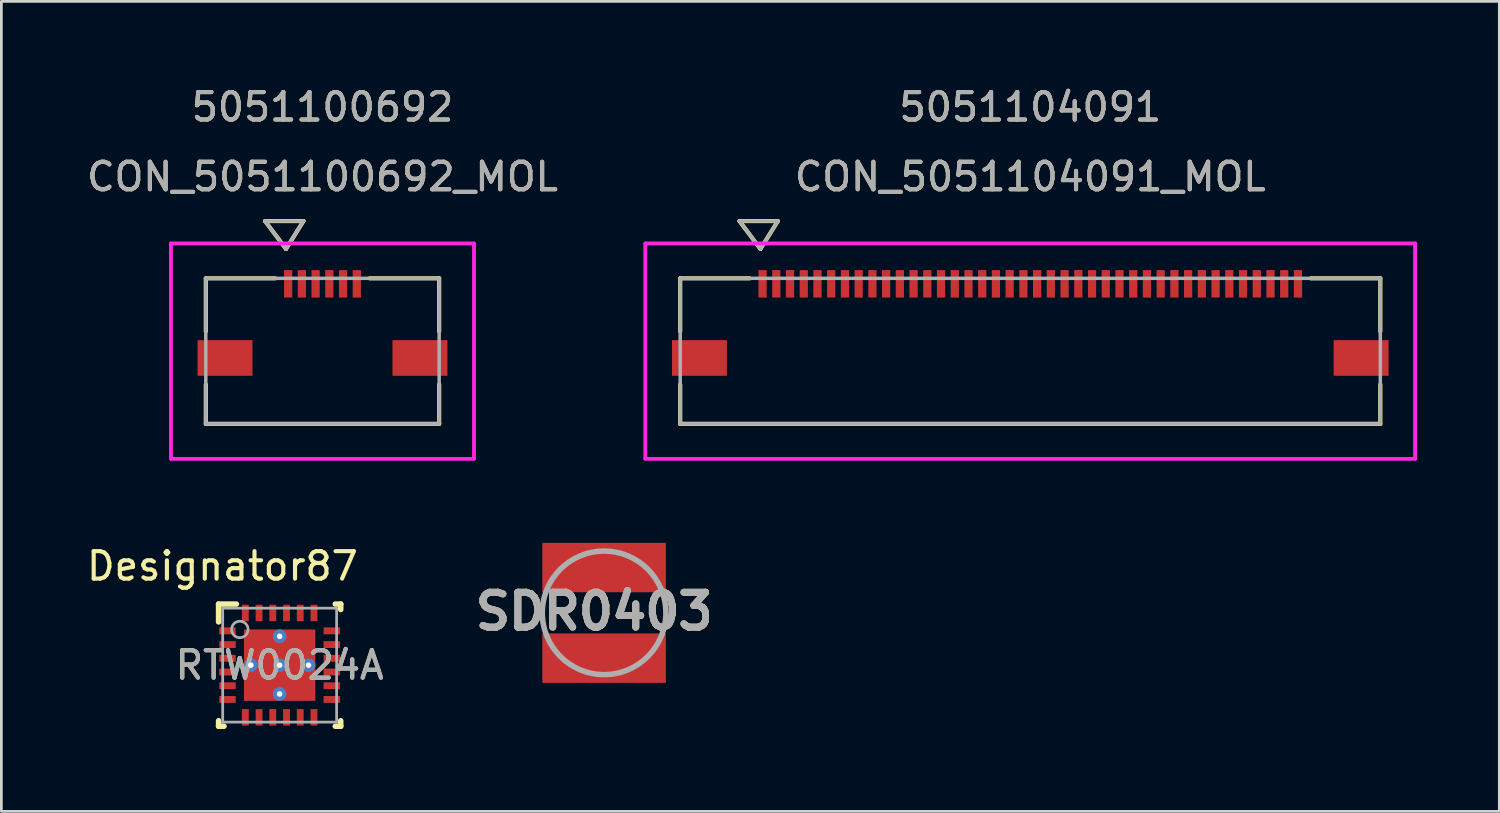
<source format=kicad_pcb>
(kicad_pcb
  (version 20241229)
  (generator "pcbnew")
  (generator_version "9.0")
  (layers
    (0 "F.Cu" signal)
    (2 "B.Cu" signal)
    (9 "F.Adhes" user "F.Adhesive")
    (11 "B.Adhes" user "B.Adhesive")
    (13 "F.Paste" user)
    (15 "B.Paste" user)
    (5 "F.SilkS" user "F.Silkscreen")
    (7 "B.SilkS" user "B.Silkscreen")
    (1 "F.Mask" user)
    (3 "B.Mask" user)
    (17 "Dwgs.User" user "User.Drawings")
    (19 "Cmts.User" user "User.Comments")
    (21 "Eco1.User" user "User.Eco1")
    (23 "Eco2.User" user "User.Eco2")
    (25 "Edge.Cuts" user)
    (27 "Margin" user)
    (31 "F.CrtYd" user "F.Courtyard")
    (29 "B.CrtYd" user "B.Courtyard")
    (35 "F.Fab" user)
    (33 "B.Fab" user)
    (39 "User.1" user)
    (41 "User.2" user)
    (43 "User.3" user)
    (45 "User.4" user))
  (footprint "CON_5051100692_MOL"
    (layer "F.Cu")
    (at 8.696 9.738)
    (property "Reference" "CON_5051100692_MOL" (at 0 -6.35 0) (unlocked yes) (layer "F.SilkS") (effects (font (size 1 1) (thickness 0.15))))
    (attr smd)
    (fp_line (start -4.25 -2.65) (end -4.25 -0.72) (stroke (width 0.152) (type solid)) (layer "F.SilkS"))
    (fp_line (start -4.25 1.22) (end -4.25 2.65) (stroke (width 0.152) (type solid)) (layer "F.SilkS"))
    (fp_line (start -4.25 2.65) (end 4.25 2.65) (stroke (width 0.152) (type solid)) (layer "F.SilkS"))
    (fp_line (start -2.091 -4.736) (end -1.329 -3.72) (stroke (width 0.152) (type solid)) (layer "F.SilkS"))
    (fp_line (start -2.091 -4.736) (end -0.694 -4.736) (stroke (width 0.152) (type solid)) (layer "F.SilkS"))
    (fp_line (start -1.72 -2.65) (end -4.25 -2.65) (stroke (width 0.152) (type solid)) (layer "F.SilkS"))
    (fp_line (start -0.694 -4.736) (end -1.329 -3.72) (stroke (width 0.152) (type solid)) (layer "F.SilkS"))
    (fp_line (start 4.25 -2.65) (end 1.72 -2.65) (stroke (width 0.152) (type solid)) (layer "F.SilkS"))
    (fp_line (start 4.25 -0.72) (end 4.25 -2.65) (stroke (width 0.152) (type solid)) (layer "F.SilkS"))
    (fp_line (start 4.25 2.65) (end 4.25 1.22) (stroke (width 0.152) (type solid)) (layer "F.SilkS"))
    (fp_line (start -5.52 -3.92) (end -5.52 3.92) (stroke (width 0.127) (type solid)) (layer "F.CrtYd"))
    (fp_line (start -5.52 -3.92) (end -5.52 3.92) (stroke (width 0.127) (type solid)) (layer "F.CrtYd"))
    (fp_line (start -5.52 3.92) (end 5.52 3.92) (stroke (width 0.127) (type solid)) (layer "F.CrtYd"))
    (fp_line (start -5.52 3.92) (end 5.52 3.92) (stroke (width 0.127) (type solid)) (layer "F.CrtYd"))
    (fp_line (start 5.52 -3.92) (end -5.52 -3.92) (stroke (width 0.127) (type solid)) (layer "F.CrtYd"))
    (fp_line (start 5.52 -3.92) (end -5.52 -3.92) (stroke (width 0.127) (type solid)) (layer "F.CrtYd"))
    (fp_line (start 5.52 3.92) (end 5.52 -3.92) (stroke (width 0.127) (type solid)) (layer "F.CrtYd"))
    (fp_line (start 5.52 3.92) (end 5.52 -3.92) (stroke (width 0.127) (type solid)) (layer "F.CrtYd"))
    (fp_line (start -4.25 -2.65) (end -4.25 2.65) (stroke (width 0.127) (type solid)) (layer "F.Fab"))
    (fp_line (start -4.25 2.65) (end 4.25 2.65) (stroke (width 0.127) (type solid)) (layer "F.Fab"))
    (fp_line (start -2.091 -4.736) (end -1.329 -3.72) (stroke (width 0.127) (type solid)) (layer "F.Fab"))
    (fp_line (start -2.091 -4.736) (end -0.694 -4.736) (stroke (width 0.127) (type solid)) (layer "F.Fab"))
    (fp_line (start -0.694 -4.736) (end -1.329 -3.72) (stroke (width 0.127) (type solid)) (layer "F.Fab"))
    (fp_line (start 4.25 -2.65) (end -4.25 -2.65) (stroke (width 0.127) (type solid)) (layer "F.Fab"))
    (fp_line (start 4.25 2.65) (end 4.25 -2.65) (stroke (width 0.127) (type solid)) (layer "F.Fab"))
    (fp_text user "5051100692" (at 0 -8.89 0) (unlocked yes) (layer "F.SilkS") (effects (font (size 1 1) (thickness 0.15))))
    (fp_text user "5051100692" (at 0 -8.89 0) (unlocked yes) (layer "F.Fab") (effects (font (size 1 1) (thickness 0.15))))
    (fp_text user "${REFERENCE}" (at 0 -6.35 0) (unlocked yes) (layer "F.Fab") (effects (font (size 1 1) (thickness 0.15))))
    (pad "1" smd rect (at -1.25 -2.45) (size 0.3 1) (layers "F.Cu" "F.Mask" "F.Paste"))
    (pad "2" smd rect (at -0.75 -2.45) (size 0.3 1) (layers "F.Cu" "F.Mask" "F.Paste"))
    (pad "3" smd rect (at -0.25 -2.45) (size 0.3 1) (layers "F.Cu" "F.Mask" "F.Paste"))
    (pad "4" smd rect (at 0.25 -2.45) (size 0.3 1) (layers "F.Cu" "F.Mask" "F.Paste"))
    (pad "5" smd rect (at 0.75 -2.45) (size 0.3 1) (layers "F.Cu" "F.Mask" "F.Paste"))
    (pad "6" smd rect (at 1.25 -2.45) (size 0.3 1) (layers "F.Cu" "F.Mask" "F.Paste"))
    (pad "P1" smd rect (at -3.55 0.25) (size 2 1.3) (layers "F.Cu" "F.Mask" "F.Paste"))
    (pad "P2" smd rect (at 3.55 0.25) (size 2 1.3) (layers "F.Cu" "F.Mask" "F.Paste")))
  (footprint "CON_5051104091_MOL"
    (layer "F.Cu")
    (at 34.476 9.738)
    (property "Reference" "CON_5051104091_MOL" (at 0 -6.35 0) (unlocked yes) (layer "F.SilkS") (effects (font (size 1 1) (thickness 0.15))))
    (attr smd)
    (fp_line (start -12.75 -2.65) (end -12.75 -0.72) (stroke (width 0.152) (type solid)) (layer "F.SilkS"))
    (fp_line (start -12.75 1.22) (end -12.75 2.65) (stroke (width 0.152) (type solid)) (layer "F.SilkS"))
    (fp_line (start -12.75 2.65) (end 12.75 2.65) (stroke (width 0.152) (type solid)) (layer "F.SilkS"))
    (fp_line (start -10.591 -4.736) (end -9.829 -3.72) (stroke (width 0.152) (type solid)) (layer "F.SilkS"))
    (fp_line (start -10.591 -4.736) (end -9.194 -4.736) (stroke (width 0.152) (type solid)) (layer "F.SilkS"))
    (fp_line (start -10.22 -2.65) (end -12.75 -2.65) (stroke (width 0.152) (type solid)) (layer "F.SilkS"))
    (fp_line (start -9.194 -4.736) (end -9.829 -3.72) (stroke (width 0.152) (type solid)) (layer "F.SilkS"))
    (fp_line (start 12.75 -2.65) (end 10.22 -2.65) (stroke (width 0.152) (type solid)) (layer "F.SilkS"))
    (fp_line (start 12.75 -0.72) (end 12.75 -2.65) (stroke (width 0.152) (type solid)) (layer "F.SilkS"))
    (fp_line (start 12.75 2.65) (end 12.75 1.22) (stroke (width 0.152) (type solid)) (layer "F.SilkS"))
    (fp_line (start -14.02 -3.92) (end -14.02 3.92) (stroke (width 0.127) (type solid)) (layer "F.CrtYd"))
    (fp_line (start -14.02 -3.92) (end -14.02 3.92) (stroke (width 0.127) (type solid)) (layer "F.CrtYd"))
    (fp_line (start -14.02 3.92) (end 14.02 3.92) (stroke (width 0.127) (type solid)) (layer "F.CrtYd"))
    (fp_line (start -14.02 3.92) (end 14.02 3.92) (stroke (width 0.127) (type solid)) (layer "F.CrtYd"))
    (fp_line (start 14.02 -3.92) (end -14.02 -3.92) (stroke (width 0.127) (type solid)) (layer "F.CrtYd"))
    (fp_line (start 14.02 -3.92) (end -14.02 -3.92) (stroke (width 0.127) (type solid)) (layer "F.CrtYd"))
    (fp_line (start 14.02 3.92) (end 14.02 -3.92) (stroke (width 0.127) (type solid)) (layer "F.CrtYd"))
    (fp_line (start 14.02 3.92) (end 14.02 -3.92) (stroke (width 0.127) (type solid)) (layer "F.CrtYd"))
    (fp_line (start -12.75 -2.65) (end -12.75 2.65) (stroke (width 0.127) (type solid)) (layer "F.Fab"))
    (fp_line (start -12.75 2.65) (end 12.75 2.65) (stroke (width 0.127) (type solid)) (layer "F.Fab"))
    (fp_line (start -10.591 -4.736) (end -9.829 -3.72) (stroke (width 0.127) (type solid)) (layer "F.Fab"))
    (fp_line (start -10.591 -4.736) (end -9.194 -4.736) (stroke (width 0.127) (type solid)) (layer "F.Fab"))
    (fp_line (start -9.194 -4.736) (end -9.829 -3.72) (stroke (width 0.127) (type solid)) (layer "F.Fab"))
    (fp_line (start 12.75 -2.65) (end -12.75 -2.65) (stroke (width 0.127) (type solid)) (layer "F.Fab"))
    (fp_line (start 12.75 2.65) (end 12.75 -2.65) (stroke (width 0.127) (type solid)) (layer "F.Fab"))
    (fp_text user "5051104091" (at 0 -8.89 0) (unlocked yes) (layer "F.SilkS") (effects (font (size 1 1) (thickness 0.15))))
    (fp_text user "${REFERENCE}" (at 0 -6.35 0) (unlocked yes) (layer "F.Fab") (effects (font (size 1 1) (thickness 0.15))))
    (fp_text user "5051104091" (at 0 -8.89 0) (unlocked yes) (layer "F.Fab") (effects (font (size 1 1) (thickness 0.15))))
    (pad "1" smd rect (at -9.75 -2.45) (size 0.3 1) (layers "F.Cu" "F.Mask" "F.Paste"))
    (pad "2" smd rect (at -9.25 -2.45) (size 0.3 1) (layers "F.Cu" "F.Mask" "F.Paste"))
    (pad "3" smd rect (at -8.75 -2.45) (size 0.3 1) (layers "F.Cu" "F.Mask" "F.Paste"))
    (pad "4" smd rect (at -8.25 -2.45) (size 0.3 1) (layers "F.Cu" "F.Mask" "F.Paste"))
    (pad "5" smd rect (at -7.75 -2.45) (size 0.3 1) (layers "F.Cu" "F.Mask" "F.Paste"))
    (pad "6" smd rect (at -7.25 -2.45) (size 0.3 1) (layers "F.Cu" "F.Mask" "F.Paste"))
    (pad "7" smd rect (at -6.75 -2.45) (size 0.3 1) (layers "F.Cu" "F.Mask" "F.Paste"))
    (pad "8" smd rect (at -6.25 -2.45) (size 0.3 1) (layers "F.Cu" "F.Mask" "F.Paste"))
    (pad "9" smd rect (at -5.75 -2.45) (size 0.3 1) (layers "F.Cu" "F.Mask" "F.Paste"))
    (pad "10" smd rect (at -5.25 -2.45) (size 0.3 1) (layers "F.Cu" "F.Mask" "F.Paste"))
    (pad "11" smd rect (at -4.75 -2.45) (size 0.3 1) (layers "F.Cu" "F.Mask" "F.Paste"))
    (pad "12" smd rect (at -4.25 -2.45) (size 0.3 1) (layers "F.Cu" "F.Mask" "F.Paste"))
    (pad "13" smd rect (at -3.75 -2.45) (size 0.3 1) (layers "F.Cu" "F.Mask" "F.Paste"))
    (pad "14" smd rect (at -3.25 -2.45) (size 0.3 1) (layers "F.Cu" "F.Mask" "F.Paste"))
    (pad "15" smd rect (at -2.75 -2.45) (size 0.3 1) (layers "F.Cu" "F.Mask" "F.Paste"))
    (pad "16" smd rect (at -2.25 -2.45) (size 0.3 1) (layers "F.Cu" "F.Mask" "F.Paste"))
    (pad "17" smd rect (at -1.75 -2.45) (size 0.3 1) (layers "F.Cu" "F.Mask" "F.Paste"))
    (pad "18" smd rect (at -1.25 -2.45) (size 0.3 1) (layers "F.Cu" "F.Mask" "F.Paste"))
    (pad "19" smd rect (at -0.75 -2.45) (size 0.3 1) (layers "F.Cu" "F.Mask" "F.Paste"))
    (pad "20" smd rect (at -0.25 -2.45) (size 0.3 1) (layers "F.Cu" "F.Mask" "F.Paste"))
    (pad "21" smd rect (at 0.25 -2.45) (size 0.3 1) (layers "F.Cu" "F.Mask" "F.Paste"))
    (pad "22" smd rect (at 0.75 -2.45) (size 0.3 1) (layers "F.Cu" "F.Mask" "F.Paste"))
    (pad "23" smd rect (at 1.25 -2.45) (size 0.3 1) (layers "F.Cu" "F.Mask" "F.Paste"))
    (pad "24" smd rect (at 1.75 -2.45) (size 0.3 1) (layers "F.Cu" "F.Mask" "F.Paste"))
    (pad "25" smd rect (at 2.25 -2.45) (size 0.3 1) (layers "F.Cu" "F.Mask" "F.Paste"))
    (pad "26" smd rect (at 2.75 -2.45) (size 0.3 1) (layers "F.Cu" "F.Mask" "F.Paste"))
    (pad "27" smd rect (at 3.25 -2.45) (size 0.3 1) (layers "F.Cu" "F.Mask" "F.Paste"))
    (pad "28" smd rect (at 3.75 -2.45) (size 0.3 1) (layers "F.Cu" "F.Mask" "F.Paste"))
    (pad "29" smd rect (at 4.25 -2.45) (size 0.3 1) (layers "F.Cu" "F.Mask" "F.Paste"))
    (pad "30" smd rect (at 4.75 -2.45) (size 0.3 1) (layers "F.Cu" "F.Mask" "F.Paste"))
    (pad "31" smd rect (at 5.25 -2.45) (size 0.3 1) (layers "F.Cu" "F.Mask" "F.Paste"))
    (pad "32" smd rect (at 5.75 -2.45) (size 0.3 1) (layers "F.Cu" "F.Mask" "F.Paste"))
    (pad "33" smd rect (at 6.25 -2.45) (size 0.3 1) (layers "F.Cu" "F.Mask" "F.Paste"))
    (pad "34" smd rect (at 6.75 -2.45) (size 0.3 1) (layers "F.Cu" "F.Mask" "F.Paste"))
    (pad "35" smd rect (at 7.25 -2.45) (size 0.3 1) (layers "F.Cu" "F.Mask" "F.Paste"))
    (pad "36" smd rect (at 7.75 -2.45) (size 0.3 1) (layers "F.Cu" "F.Mask" "F.Paste"))
    (pad "37" smd rect (at 8.25 -2.45) (size 0.3 1) (layers "F.Cu" "F.Mask" "F.Paste"))
    (pad "38" smd rect (at 8.75 -2.45) (size 0.3 1) (layers "F.Cu" "F.Mask" "F.Paste"))
    (pad "39" smd rect (at 9.25 -2.45) (size 0.3 1) (layers "F.Cu" "F.Mask" "F.Paste"))
    (pad "40" smd rect (at 9.75 -2.45) (size 0.3 1) (layers "F.Cu" "F.Mask" "F.Paste"))
    (pad "P1" smd rect (at -12.05 0.25) (size 2 1.3) (layers "F.Cu" "F.Mask" "F.Paste"))
    (pad "P2" smd rect (at 12.05 0.25) (size 2 1.3) (layers "F.Cu" "F.Mask" "F.Paste")))
  (footprint "SDR0403"
    (layer "F.Cu")
    (at 18.953 19.272)
    (property "Reference" "SDR0403" (at -0.358 -0.054 0) (layer "F.SilkS") (effects (font (size 1.27 1.27) (thickness 0.254))))
    (attr smd)
    (fp_circle (center 0 0) (end 0 2.25) (stroke (width 0.2) (type solid)) (fill no) (layer "F.Fab"))
    (fp_text user "${REFERENCE}" (at -0.358 -0.054 0) (layer "F.Fab") (effects (font (size 1.27 1.27) (thickness 0.254))))
    (pad "1" smd rect (at 0 -1.65 90) (size 1.8 4.5) (layers "F.Cu" "F.Mask" "F.Paste"))
    (pad "2" smd rect (at 0 1.65 90) (size 1.8 4.5) (layers "F.Cu" "F.Mask" "F.Paste")))
  (footprint "RTW0024A"
    (layer "F.Cu")
    (at 7.136 21.177)
    (property "Reference" "RTW0024A" (at 0 0 0) (unlocked yes) (layer "F.SilkS") (effects (font (size 1 1) (thickness 0.15))))
    (attr smd)
    (fp_line (start -2.225 -2.225) (end -1.575 -2.225) (stroke (width 0.2) (type solid)) (layer "F.SilkS"))
    (fp_line (start -2.225 -1.575) (end -2.225 -2.225) (stroke (width 0.2) (type solid)) (layer "F.SilkS"))
    (fp_line (start -2.225 2.225) (end -2.225 2.025) (stroke (width 0.2) (type solid)) (layer "F.SilkS"))
    (fp_line (start -2.225 2.225) (end -2.025 2.225) (stroke (width 0.2) (type solid)) (layer "F.SilkS"))
    (fp_line (start 2.025 -2.225) (end 2.225 -2.225) (stroke (width 0.2) (type solid)) (layer "F.SilkS"))
    (fp_line (start 2.025 2.225) (end 2.225 2.225) (stroke (width 0.2) (type solid)) (layer "F.SilkS"))
    (fp_line (start 2.225 -2.025) (end 2.225 -2.225) (stroke (width 0.2) (type solid)) (layer "F.SilkS"))
    (fp_line (start 2.225 2.225) (end 2.225 2.025) (stroke (width 0.2) (type solid)) (layer "F.SilkS"))
    (fp_poly (pts (xy -0.1 -1.248) (xy -1.248 -1.248) (xy -1.248 -0.1) (xy -0.1 -0.1)) (stroke (width 0) (type solid)) (fill yes) (layer "F.Paste"))
    (fp_poly (pts (xy -0.1 0.1) (xy -1.248 0.1) (xy -1.248 1.248) (xy -0.1 1.248)) (stroke (width 0) (type solid)) (fill yes) (layer "F.Paste"))
    (fp_poly (pts (xy 0.1 -0.1) (xy 1.248 -0.1) (xy 1.248 -1.248) (xy 0.1 -1.248)) (stroke (width 0) (type solid)) (fill yes) (layer "F.Paste"))
    (fp_poly (pts (xy 0.1 1.248) (xy 1.248 1.248) (xy 1.248 0.1) (xy 0.1 0.1)) (stroke (width 0) (type solid)) (fill yes) (layer "F.Paste"))
    (fp_line (start -2.075 -2.075) (end 2.075 -2.075) (stroke (width 0.1) (type solid)) (layer "F.Fab"))
    (fp_line (start -2.075 2.075) (end -2.075 -2.075) (stroke (width 0.1) (type solid)) (layer "F.Fab"))
    (fp_line (start -2.075 2.075) (end 2.075 2.075) (stroke (width 0.1) (type solid)) (layer "F.Fab"))
    (fp_line (start 2.075 2.075) (end 2.075 -2.075) (stroke (width 0.1) (type solid)) (layer "F.Fab"))
    (fp_circle (center -1.45 -1.3) (end -1.15 -1.3) (stroke (width 0.1) (type solid)) (fill no) (layer "F.Fab"))
    (fp_text user "Designator87" (at -2.083 -3.607 0) (unlocked yes) (layer "F.SilkS") (effects (font (size 1 1) (thickness 0.15))))
    (fp_text user "${REFERENCE}" (at 0 0 0) (unlocked yes) (layer "F.Fab") (effects (font (size 1 1) (thickness 0.15))))
    (pad "1" smd rect (at -1.9 -1.25 90) (size 0.25 0.6) (layers "F.Cu" "F.Mask" "F.Paste"))
    (pad "2" smd rect (at -1.9 -0.75 90) (size 0.25 0.6) (layers "F.Cu" "F.Mask" "F.Paste"))
    (pad "3" smd rect (at -1.9 -0.25 90) (size 0.25 0.6) (layers "F.Cu" "F.Mask" "F.Paste"))
    (pad "4" smd rect (at -1.9 0.25 90) (size 0.25 0.6) (layers "F.Cu" "F.Mask" "F.Paste"))
    (pad "5" smd rect (at -1.9 0.75 90) (size 0.25 0.6) (layers "F.Cu" "F.Mask" "F.Paste"))
    (pad "6" smd rect (at -1.9 1.25 90) (size 0.25 0.6) (layers "F.Cu" "F.Mask" "F.Paste"))
    (pad "7" smd rect (at -1.25 1.9) (size 0.25 0.6) (layers "F.Cu" "F.Mask" "F.Paste"))
    (pad "8" smd rect (at -0.75 1.9) (size 0.25 0.6) (layers "F.Cu" "F.Mask" "F.Paste"))
    (pad "9" smd rect (at -0.25 1.9) (size 0.25 0.6) (layers "F.Cu" "F.Mask" "F.Paste"))
    (pad "10" smd rect (at 0.25 1.9) (size 0.25 0.6) (layers "F.Cu" "F.Mask" "F.Paste"))
    (pad "11" smd rect (at 0.75 1.9) (size 0.25 0.6) (layers "F.Cu" "F.Mask" "F.Paste"))
    (pad "12" smd rect (at 1.25 1.9) (size 0.25 0.6) (layers "F.Cu" "F.Mask" "F.Paste"))
    (pad "13" smd rect (at 1.9 1.25 90) (size 0.25 0.6) (layers "F.Cu" "F.Mask" "F.Paste"))
    (pad "14" smd rect (at 1.9 0.75 90) (size 0.25 0.6) (layers "F.Cu" "F.Mask" "F.Paste"))
    (pad "15" smd rect (at 1.9 0.25 90) (size 0.25 0.6) (layers "F.Cu" "F.Mask" "F.Paste"))
    (pad "16" smd rect (at 1.9 -0.25 90) (size 0.25 0.6) (layers "F.Cu" "F.Mask" "F.Paste"))
    (pad "17" smd rect (at 1.9 -0.75 90) (size 0.25 0.6) (layers "F.Cu" "F.Mask" "F.Paste"))
    (pad "18" smd rect (at 1.9 -1.25 90) (size 0.25 0.6) (layers "F.Cu" "F.Mask" "F.Paste"))
    (pad "19" smd rect (at 1.25 -1.9) (size 0.25 0.6) (layers "F.Cu" "F.Mask" "F.Paste"))
    (pad "20" smd rect (at 0.75 -1.9) (size 0.25 0.6) (layers "F.Cu" "F.Mask" "F.Paste"))
    (pad "21" smd rect (at 0.25 -1.9) (size 0.25 0.6) (layers "F.Cu" "F.Mask" "F.Paste"))
    (pad "22" smd rect (at -0.25 -1.9) (size 0.25 0.6) (layers "F.Cu" "F.Mask" "F.Paste"))
    (pad "23" smd rect (at -0.75 -1.9) (size 0.25 0.6) (layers "F.Cu" "F.Mask" "F.Paste"))
    (pad "24" smd rect (at -1.25 -1.9) (size 0.25 0.6) (layers "F.Cu" "F.Mask" "F.Paste"))
    (pad "25" smd rect (at 0.000003 0) (size 2.6 2.6) (layers "F.Cu" "F.Mask"))
    (pad "V" thru_hole circle (at -1.05 0) (size 0.5 0.5) (drill 0.203) (layers "*.Cu" "*.Mask"))
    (pad "V" thru_hole circle (at 0.000003 -1.05) (size 0.5 0.5) (drill 0.203) (layers "*.Cu" "*.Mask"))
    (pad "V" thru_hole circle (at 0.000003 0) (size 0.5 0.5) (drill 0.203) (layers "*.Cu" "*.Mask"))
    (pad "V" thru_hole circle (at 0.000003 1.05) (size 0.5 0.5) (drill 0.203) (layers "*.Cu" "*.Mask"))
    (pad "V" thru_hole circle (at 1.05 0) (size 0.5 0.5) (drill 0.203) (layers "*.Cu" "*.Mask")))
  (gr_rect
    (start -3 -3)
    (end 51.56 26.502)
    (stroke (width 0.1) (type default))
    (fill no)
    (layer "Edge.Cuts")))
</source>
